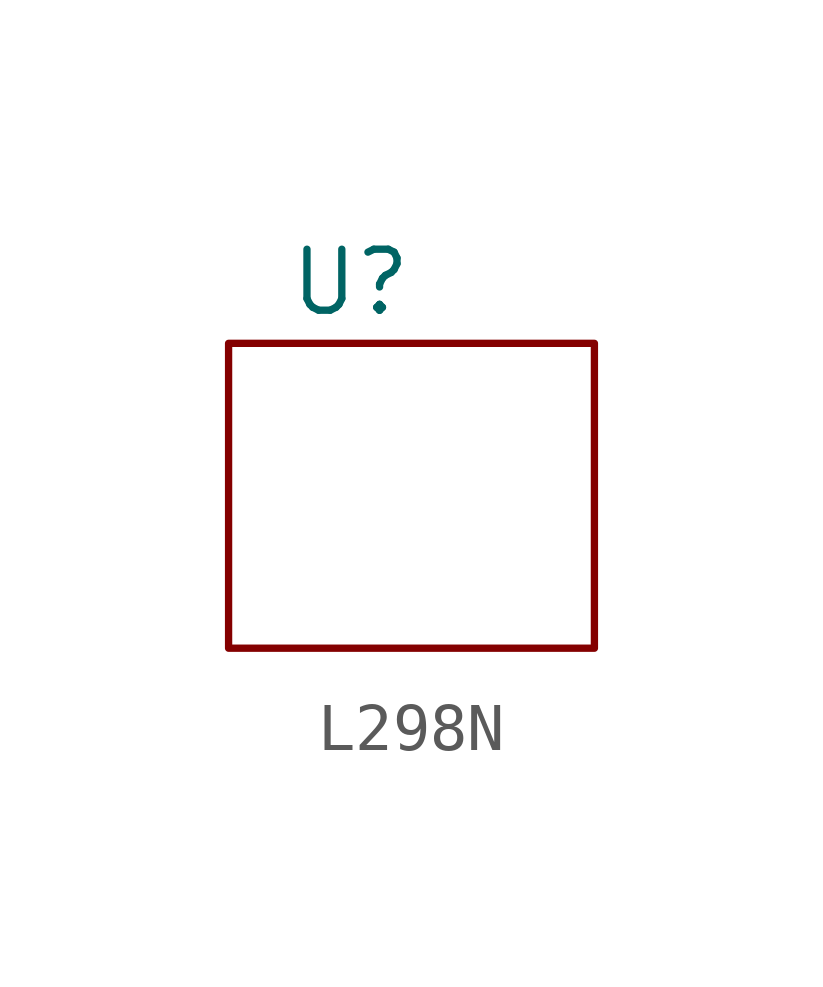
<source format=kicad_sym>
(kicad_symbol_lib
  (version 20231120)
  (generator "kicad_symbol_editor")
  (generator_version "8.0")
  (symbol "L298N"
    (property "Reference" "U"
      (at 0 0 0)
      (effects (font (size 1.27 1.27))))
    (property "Value" ""
      (at 0 0 0)
      (effects (font (size 1.27 1.27))))
    (symbol "L298N_0_1"
      (rectangle (start -2.54 -1.27) (end 5.08 -7.62) (stroke (width 0) (type default)) (fill (type none))))))
</source>
